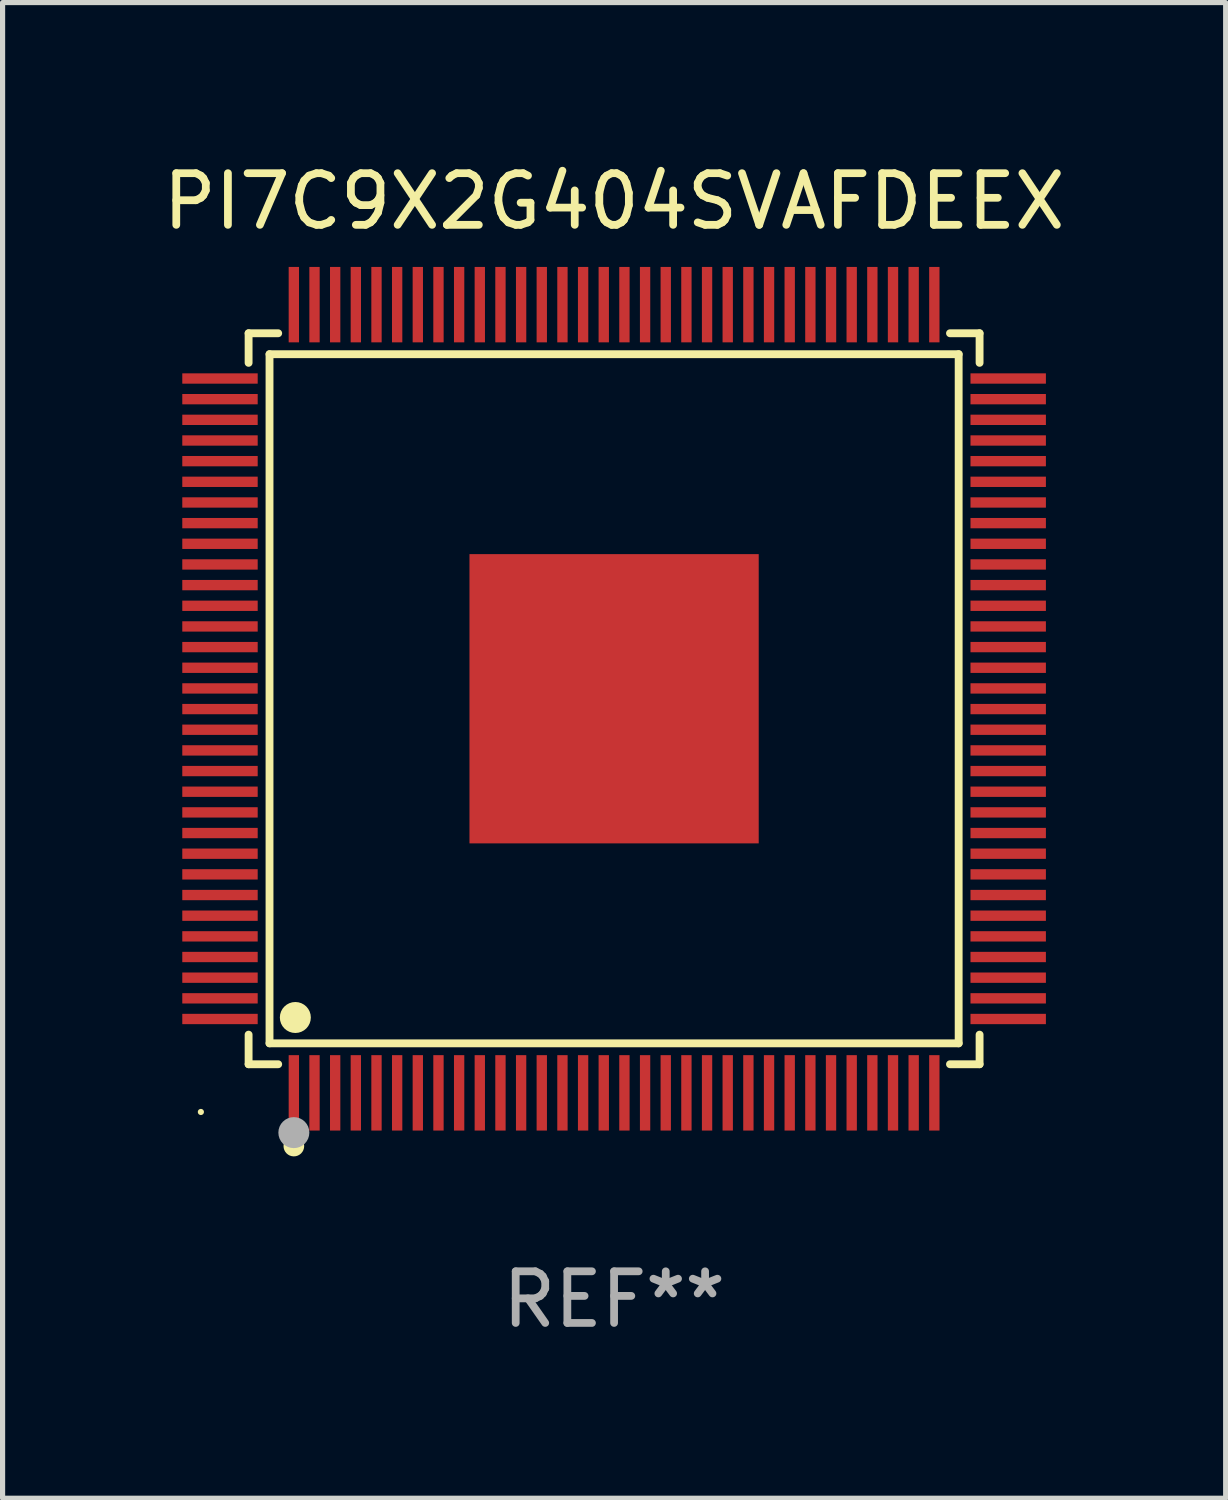
<source format=kicad_pcb>
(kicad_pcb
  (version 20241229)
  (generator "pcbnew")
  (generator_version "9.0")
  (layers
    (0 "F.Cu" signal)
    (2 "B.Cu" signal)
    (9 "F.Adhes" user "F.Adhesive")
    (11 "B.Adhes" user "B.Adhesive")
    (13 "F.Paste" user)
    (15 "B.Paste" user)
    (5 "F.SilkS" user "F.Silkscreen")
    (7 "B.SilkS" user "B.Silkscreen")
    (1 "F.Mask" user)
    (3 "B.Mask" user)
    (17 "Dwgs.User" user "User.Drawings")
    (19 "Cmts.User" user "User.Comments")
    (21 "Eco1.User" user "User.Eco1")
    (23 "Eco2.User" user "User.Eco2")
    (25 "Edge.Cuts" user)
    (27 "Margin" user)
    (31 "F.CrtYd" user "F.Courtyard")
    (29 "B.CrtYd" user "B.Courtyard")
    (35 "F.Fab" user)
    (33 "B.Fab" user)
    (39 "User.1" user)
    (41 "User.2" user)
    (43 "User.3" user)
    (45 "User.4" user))
  (footprint "PI7C9X2G404SVAFDEEX"
    (layer "F.Cu")
    (at 8.839 10.478)
    (property "Reference" "PI7C9X2G404SVAFDEEX" (at 0 -9.63 0) (layer "F.SilkS") (effects (font (size 1 1) (thickness 0.15))))
    (attr through_hole)
    (fp_line (start -7.076 -7.076) (end -6.503 -7.076) (stroke (width 0.152) (type solid)) (layer "F.SilkS"))
    (fp_line (start -7.076 -6.503) (end -7.076 -7.076) (stroke (width 0.152) (type solid)) (layer "F.SilkS"))
    (fp_line (start -7.076 6.503) (end -7.076 7.076) (stroke (width 0.152) (type solid)) (layer "F.SilkS"))
    (fp_line (start -7.076 7.076) (end -6.503 7.076) (stroke (width 0.152) (type solid)) (layer "F.SilkS"))
    (fp_line (start -6.671 -6.671) (end 6.671 -6.671) (stroke (width 0.152) (type solid)) (layer "F.SilkS"))
    (fp_line (start -6.671 6.671) (end -6.671 -6.671) (stroke (width 0.152) (type solid)) (layer "F.SilkS"))
    (fp_line (start 6.671 -6.671) (end 6.671 6.671) (stroke (width 0.152) (type solid)) (layer "F.SilkS"))
    (fp_line (start 6.671 6.671) (end -6.671 6.671) (stroke (width 0.152) (type solid)) (layer "F.SilkS"))
    (fp_line (start 7.076 -7.076) (end 6.503 -7.076) (stroke (width 0.152) (type solid)) (layer "F.SilkS"))
    (fp_line (start 7.076 -6.503) (end 7.076 -7.076) (stroke (width 0.152) (type solid)) (layer "F.SilkS"))
    (fp_line (start 7.076 6.503) (end 7.076 7.076) (stroke (width 0.152) (type solid)) (layer "F.SilkS"))
    (fp_line (start 7.076 7.076) (end 6.503 7.076) (stroke (width 0.152) (type solid)) (layer "F.SilkS"))
    (fp_circle (center -8 8) (end -7.97 8) (stroke (width 0.06) (type solid)) (fill no) (layer "F.SilkS"))
    (fp_circle (center -6.2 8.66) (end -6.1 8.66) (stroke (width 0.2) (type solid)) (fill no) (layer "F.SilkS"))
    (fp_circle (center -6.171 6.171) (end -6.021 6.171) (stroke (width 0.3) (type solid)) (fill no) (layer "F.SilkS"))
    (fp_circle (center -6.2 8.4) (end -6.05 8.4) (stroke (width 0.3) (type solid)) (fill no) (layer "F.Fab"))
    (fp_text user "REF**" (at 0 11.63 0) (layer "F.Fab") (effects (font (size 1 1) (thickness 0.15))))
    (pad "1" smd rect (at -6.2 7.63) (size 0.2 1.46) (layers "F.Cu" "F.Mask" "F.Paste"))
    (pad "2" smd rect (at -5.8 7.63) (size 0.2 1.46) (layers "F.Cu" "F.Mask" "F.Paste"))
    (pad "3" smd rect (at -5.4 7.63) (size 0.2 1.46) (layers "F.Cu" "F.Mask" "F.Paste"))
    (pad "4" smd rect (at -5 7.63) (size 0.2 1.46) (layers "F.Cu" "F.Mask" "F.Paste"))
    (pad "5" smd rect (at -4.6 7.63) (size 0.2 1.46) (layers "F.Cu" "F.Mask" "F.Paste"))
    (pad "6" smd rect (at -4.2 7.63) (size 0.2 1.46) (layers "F.Cu" "F.Mask" "F.Paste"))
    (pad "7" smd rect (at -3.8 7.63) (size 0.2 1.46) (layers "F.Cu" "F.Mask" "F.Paste"))
    (pad "8" smd rect (at -3.4 7.63) (size 0.2 1.46) (layers "F.Cu" "F.Mask" "F.Paste"))
    (pad "9" smd rect (at -3 7.63) (size 0.2 1.46) (layers "F.Cu" "F.Mask" "F.Paste"))
    (pad "10" smd rect (at -2.6 7.63) (size 0.2 1.46) (layers "F.Cu" "F.Mask" "F.Paste"))
    (pad "11" smd rect (at -2.2 7.63) (size 0.2 1.46) (layers "F.Cu" "F.Mask" "F.Paste"))
    (pad "12" smd rect (at -1.8 7.63) (size 0.2 1.46) (layers "F.Cu" "F.Mask" "F.Paste"))
    (pad "13" smd rect (at -1.4 7.63) (size 0.2 1.46) (layers "F.Cu" "F.Mask" "F.Paste"))
    (pad "14" smd rect (at -1 7.63) (size 0.2 1.46) (layers "F.Cu" "F.Mask" "F.Paste"))
    (pad "15" smd rect (at -0.6 7.63) (size 0.2 1.46) (layers "F.Cu" "F.Mask" "F.Paste"))
    (pad "16" smd rect (at -0.2 7.63) (size 0.2 1.46) (layers "F.Cu" "F.Mask" "F.Paste"))
    (pad "17" smd rect (at 0.2 7.63) (size 0.2 1.46) (layers "F.Cu" "F.Mask" "F.Paste"))
    (pad "18" smd rect (at 0.6 7.63) (size 0.2 1.46) (layers "F.Cu" "F.Mask" "F.Paste"))
    (pad "19" smd rect (at 1 7.63) (size 0.2 1.46) (layers "F.Cu" "F.Mask" "F.Paste"))
    (pad "20" smd rect (at 1.4 7.63) (size 0.2 1.46) (layers "F.Cu" "F.Mask" "F.Paste"))
    (pad "21" smd rect (at 1.8 7.63) (size 0.2 1.46) (layers "F.Cu" "F.Mask" "F.Paste"))
    (pad "22" smd rect (at 2.2 7.63) (size 0.2 1.46) (layers "F.Cu" "F.Mask" "F.Paste"))
    (pad "23" smd rect (at 2.6 7.63) (size 0.2 1.46) (layers "F.Cu" "F.Mask" "F.Paste"))
    (pad "24" smd rect (at 3 7.63) (size 0.2 1.46) (layers "F.Cu" "F.Mask" "F.Paste"))
    (pad "25" smd rect (at 3.4 7.63) (size 0.2 1.46) (layers "F.Cu" "F.Mask" "F.Paste"))
    (pad "26" smd rect (at 3.8 7.63) (size 0.2 1.46) (layers "F.Cu" "F.Mask" "F.Paste"))
    (pad "27" smd rect (at 4.2 7.63) (size 0.2 1.46) (layers "F.Cu" "F.Mask" "F.Paste"))
    (pad "28" smd rect (at 4.6 7.63) (size 0.2 1.46) (layers "F.Cu" "F.Mask" "F.Paste"))
    (pad "29" smd rect (at 5 7.63) (size 0.2 1.46) (layers "F.Cu" "F.Mask" "F.Paste"))
    (pad "30" smd rect (at 5.4 7.63) (size 0.2 1.46) (layers "F.Cu" "F.Mask" "F.Paste"))
    (pad "31" smd rect (at 5.8 7.63) (size 0.2 1.46) (layers "F.Cu" "F.Mask" "F.Paste"))
    (pad "32" smd rect (at 6.2 7.63) (size 0.2 1.46) (layers "F.Cu" "F.Mask" "F.Paste"))
    (pad "33" smd rect (at 7.63 6.2) (size 1.46 0.2) (layers "F.Cu" "F.Mask" "F.Paste"))
    (pad "34" smd rect (at 7.63 5.8) (size 1.46 0.2) (layers "F.Cu" "F.Mask" "F.Paste"))
    (pad "35" smd rect (at 7.63 5.4) (size 1.46 0.2) (layers "F.Cu" "F.Mask" "F.Paste"))
    (pad "36" smd rect (at 7.63 5) (size 1.46 0.2) (layers "F.Cu" "F.Mask" "F.Paste"))
    (pad "37" smd rect (at 7.63 4.6) (size 1.46 0.2) (layers "F.Cu" "F.Mask" "F.Paste"))
    (pad "38" smd rect (at 7.63 4.2) (size 1.46 0.2) (layers "F.Cu" "F.Mask" "F.Paste"))
    (pad "39" smd rect (at 7.63 3.8) (size 1.46 0.2) (layers "F.Cu" "F.Mask" "F.Paste"))
    (pad "40" smd rect (at 7.63 3.4) (size 1.46 0.2) (layers "F.Cu" "F.Mask" "F.Paste"))
    (pad "41" smd rect (at 7.63 3) (size 1.46 0.2) (layers "F.Cu" "F.Mask" "F.Paste"))
    (pad "42" smd rect (at 7.63 2.6) (size 1.46 0.2) (layers "F.Cu" "F.Mask" "F.Paste"))
    (pad "43" smd rect (at 7.63 2.2) (size 1.46 0.2) (layers "F.Cu" "F.Mask" "F.Paste"))
    (pad "44" smd rect (at 7.63 1.8) (size 1.46 0.2) (layers "F.Cu" "F.Mask" "F.Paste"))
    (pad "45" smd rect (at 7.63 1.4) (size 1.46 0.2) (layers "F.Cu" "F.Mask" "F.Paste"))
    (pad "46" smd rect (at 7.63 1) (size 1.46 0.2) (layers "F.Cu" "F.Mask" "F.Paste"))
    (pad "47" smd rect (at 7.63 0.6) (size 1.46 0.2) (layers "F.Cu" "F.Mask" "F.Paste"))
    (pad "48" smd rect (at 7.63 0.2) (size 1.46 0.2) (layers "F.Cu" "F.Mask" "F.Paste"))
    (pad "49" smd rect (at 7.63 -0.2) (size 1.46 0.2) (layers "F.Cu" "F.Mask" "F.Paste"))
    (pad "50" smd rect (at 7.63 -0.6) (size 1.46 0.2) (layers "F.Cu" "F.Mask" "F.Paste"))
    (pad "51" smd rect (at 7.63 -1) (size 1.46 0.2) (layers "F.Cu" "F.Mask" "F.Paste"))
    (pad "52" smd rect (at 7.63 -1.4) (size 1.46 0.2) (layers "F.Cu" "F.Mask" "F.Paste"))
    (pad "53" smd rect (at 7.63 -1.8) (size 1.46 0.2) (layers "F.Cu" "F.Mask" "F.Paste"))
    (pad "54" smd rect (at 7.63 -2.2) (size 1.46 0.2) (layers "F.Cu" "F.Mask" "F.Paste"))
    (pad "55" smd rect (at 7.63 -2.6) (size 1.46 0.2) (layers "F.Cu" "F.Mask" "F.Paste"))
    (pad "56" smd rect (at 7.63 -3) (size 1.46 0.2) (layers "F.Cu" "F.Mask" "F.Paste"))
    (pad "57" smd rect (at 7.63 -3.4) (size 1.46 0.2) (layers "F.Cu" "F.Mask" "F.Paste"))
    (pad "58" smd rect (at 7.63 -3.8) (size 1.46 0.2) (layers "F.Cu" "F.Mask" "F.Paste"))
    (pad "59" smd rect (at 7.63 -4.2) (size 1.46 0.2) (layers "F.Cu" "F.Mask" "F.Paste"))
    (pad "60" smd rect (at 7.63 -4.6) (size 1.46 0.2) (layers "F.Cu" "F.Mask" "F.Paste"))
    (pad "61" smd rect (at 7.63 -5) (size 1.46 0.2) (layers "F.Cu" "F.Mask" "F.Paste"))
    (pad "62" smd rect (at 7.63 -5.4) (size 1.46 0.2) (layers "F.Cu" "F.Mask" "F.Paste"))
    (pad "63" smd rect (at 7.63 -5.8) (size 1.46 0.2) (layers "F.Cu" "F.Mask" "F.Paste"))
    (pad "64" smd rect (at 7.63 -6.2) (size 1.46 0.2) (layers "F.Cu" "F.Mask" "F.Paste"))
    (pad "65" smd rect (at 6.2 -7.63) (size 0.2 1.46) (layers "F.Cu" "F.Mask" "F.Paste"))
    (pad "66" smd rect (at 5.8 -7.63) (size 0.2 1.46) (layers "F.Cu" "F.Mask" "F.Paste"))
    (pad "67" smd rect (at 5.4 -7.63) (size 0.2 1.46) (layers "F.Cu" "F.Mask" "F.Paste"))
    (pad "68" smd rect (at 5 -7.63) (size 0.2 1.46) (layers "F.Cu" "F.Mask" "F.Paste"))
    (pad "69" smd rect (at 4.6 -7.63) (size 0.2 1.46) (layers "F.Cu" "F.Mask" "F.Paste"))
    (pad "70" smd rect (at 4.2 -7.63) (size 0.2 1.46) (layers "F.Cu" "F.Mask" "F.Paste"))
    (pad "71" smd rect (at 3.8 -7.63) (size 0.2 1.46) (layers "F.Cu" "F.Mask" "F.Paste"))
    (pad "72" smd rect (at 3.4 -7.63) (size 0.2 1.46) (layers "F.Cu" "F.Mask" "F.Paste"))
    (pad "73" smd rect (at 3 -7.63) (size 0.2 1.46) (layers "F.Cu" "F.Mask" "F.Paste"))
    (pad "74" smd rect (at 2.6 -7.63) (size 0.2 1.46) (layers "F.Cu" "F.Mask" "F.Paste"))
    (pad "75" smd rect (at 2.2 -7.63) (size 0.2 1.46) (layers "F.Cu" "F.Mask" "F.Paste"))
    (pad "76" smd rect (at 1.8 -7.63) (size 0.2 1.46) (layers "F.Cu" "F.Mask" "F.Paste"))
    (pad "77" smd rect (at 1.4 -7.63) (size 0.2 1.46) (layers "F.Cu" "F.Mask" "F.Paste"))
    (pad "78" smd rect (at 1 -7.63) (size 0.2 1.46) (layers "F.Cu" "F.Mask" "F.Paste"))
    (pad "79" smd rect (at 0.6 -7.63) (size 0.2 1.46) (layers "F.Cu" "F.Mask" "F.Paste"))
    (pad "80" smd rect (at 0.2 -7.63) (size 0.2 1.46) (layers "F.Cu" "F.Mask" "F.Paste"))
    (pad "81" smd rect (at -0.2 -7.63) (size 0.2 1.46) (layers "F.Cu" "F.Mask" "F.Paste"))
    (pad "82" smd rect (at -0.6 -7.63) (size 0.2 1.46) (layers "F.Cu" "F.Mask" "F.Paste"))
    (pad "83" smd rect (at -1 -7.63) (size 0.2 1.46) (layers "F.Cu" "F.Mask" "F.Paste"))
    (pad "84" smd rect (at -1.4 -7.63) (size 0.2 1.46) (layers "F.Cu" "F.Mask" "F.Paste"))
    (pad "85" smd rect (at -1.8 -7.63) (size 0.2 1.46) (layers "F.Cu" "F.Mask" "F.Paste"))
    (pad "86" smd rect (at -2.2 -7.63) (size 0.2 1.46) (layers "F.Cu" "F.Mask" "F.Paste"))
    (pad "87" smd rect (at -2.6 -7.63) (size 0.2 1.46) (layers "F.Cu" "F.Mask" "F.Paste"))
    (pad "88" smd rect (at -3 -7.63) (size 0.2 1.46) (layers "F.Cu" "F.Mask" "F.Paste"))
    (pad "89" smd rect (at -3.4 -7.63) (size 0.2 1.46) (layers "F.Cu" "F.Mask" "F.Paste"))
    (pad "90" smd rect (at -3.8 -7.63) (size 0.2 1.46) (layers "F.Cu" "F.Mask" "F.Paste"))
    (pad "91" smd rect (at -4.2 -7.63) (size 0.2 1.46) (layers "F.Cu" "F.Mask" "F.Paste"))
    (pad "92" smd rect (at -4.6 -7.63) (size 0.2 1.46) (layers "F.Cu" "F.Mask" "F.Paste"))
    (pad "93" smd rect (at -5 -7.63) (size 0.2 1.46) (layers "F.Cu" "F.Mask" "F.Paste"))
    (pad "94" smd rect (at -5.4 -7.63) (size 0.2 1.46) (layers "F.Cu" "F.Mask" "F.Paste"))
    (pad "95" smd rect (at -5.8 -7.63) (size 0.2 1.46) (layers "F.Cu" "F.Mask" "F.Paste"))
    (pad "96" smd rect (at -6.2 -7.63) (size 0.2 1.46) (layers "F.Cu" "F.Mask" "F.Paste"))
    (pad "97" smd rect (at -7.63 -6.2) (size 1.46 0.2) (layers "F.Cu" "F.Mask" "F.Paste"))
    (pad "98" smd rect (at -7.63 -5.8) (size 1.46 0.2) (layers "F.Cu" "F.Mask" "F.Paste"))
    (pad "99" smd rect (at -7.63 -5.4) (size 1.46 0.2) (layers "F.Cu" "F.Mask" "F.Paste"))
    (pad "100" smd rect (at -7.63 -5) (size 1.46 0.2) (layers "F.Cu" "F.Mask" "F.Paste"))
    (pad "101" smd rect (at -7.63 -4.6) (size 1.46 0.2) (layers "F.Cu" "F.Mask" "F.Paste"))
    (pad "102" smd rect (at -7.63 -4.2) (size 1.46 0.2) (layers "F.Cu" "F.Mask" "F.Paste"))
    (pad "103" smd rect (at -7.63 -3.8) (size 1.46 0.2) (layers "F.Cu" "F.Mask" "F.Paste"))
    (pad "104" smd rect (at -7.63 -3.4) (size 1.46 0.2) (layers "F.Cu" "F.Mask" "F.Paste"))
    (pad "105" smd rect (at -7.63 -3) (size 1.46 0.2) (layers "F.Cu" "F.Mask" "F.Paste"))
    (pad "106" smd rect (at -7.63 -2.6) (size 1.46 0.2) (layers "F.Cu" "F.Mask" "F.Paste"))
    (pad "107" smd rect (at -7.63 -2.2) (size 1.46 0.2) (layers "F.Cu" "F.Mask" "F.Paste"))
    (pad "108" smd rect (at -7.63 -1.8) (size 1.46 0.2) (layers "F.Cu" "F.Mask" "F.Paste"))
    (pad "109" smd rect (at -7.63 -1.4) (size 1.46 0.2) (layers "F.Cu" "F.Mask" "F.Paste"))
    (pad "110" smd rect (at -7.63 -1) (size 1.46 0.2) (layers "F.Cu" "F.Mask" "F.Paste"))
    (pad "111" smd rect (at -7.63 -0.6) (size 1.46 0.2) (layers "F.Cu" "F.Mask" "F.Paste"))
    (pad "112" smd rect (at -7.63 -0.2) (size 1.46 0.2) (layers "F.Cu" "F.Mask" "F.Paste"))
    (pad "113" smd rect (at -7.63 0.2) (size 1.46 0.2) (layers "F.Cu" "F.Mask" "F.Paste"))
    (pad "114" smd rect (at -7.63 0.6) (size 1.46 0.2) (layers "F.Cu" "F.Mask" "F.Paste"))
    (pad "115" smd rect (at -7.63 1) (size 1.46 0.2) (layers "F.Cu" "F.Mask" "F.Paste"))
    (pad "116" smd rect (at -7.63 1.4) (size 1.46 0.2) (layers "F.Cu" "F.Mask" "F.Paste"))
    (pad "117" smd rect (at -7.63 1.8) (size 1.46 0.2) (layers "F.Cu" "F.Mask" "F.Paste"))
    (pad "118" smd rect (at -7.63 2.2) (size 1.46 0.2) (layers "F.Cu" "F.Mask" "F.Paste"))
    (pad "119" smd rect (at -7.63 2.6) (size 1.46 0.2) (layers "F.Cu" "F.Mask" "F.Paste"))
    (pad "120" smd rect (at -7.63 3) (size 1.46 0.2) (layers "F.Cu" "F.Mask" "F.Paste"))
    (pad "121" smd rect (at -7.63 3.4) (size 1.46 0.2) (layers "F.Cu" "F.Mask" "F.Paste"))
    (pad "122" smd rect (at -7.63 3.8) (size 1.46 0.2) (layers "F.Cu" "F.Mask" "F.Paste"))
    (pad "123" smd rect (at -7.63 4.2) (size 1.46 0.2) (layers "F.Cu" "F.Mask" "F.Paste"))
    (pad "124" smd rect (at -7.63 4.6) (size 1.46 0.2) (layers "F.Cu" "F.Mask" "F.Paste"))
    (pad "125" smd rect (at -7.63 5) (size 1.46 0.2) (layers "F.Cu" "F.Mask" "F.Paste"))
    (pad "126" smd rect (at -7.63 5.4) (size 1.46 0.2) (layers "F.Cu" "F.Mask" "F.Paste"))
    (pad "127" smd rect (at -7.63 5.8) (size 1.46 0.2) (layers "F.Cu" "F.Mask" "F.Paste"))
    (pad "128" smd rect (at -7.63 6.2) (size 1.46 0.2) (layers "F.Cu" "F.Mask" "F.Paste"))
    (pad "129" smd rect (at 0 0) (size 5.6 5.6) (layers "F.Cu" "F.Mask" "F.Paste")))
  (gr_rect
    (start -3 -3)
    (end 20.679 25.956)
    (stroke (width 0.1) (type default))
    (fill no)
    (layer "Edge.Cuts")))
</source>
